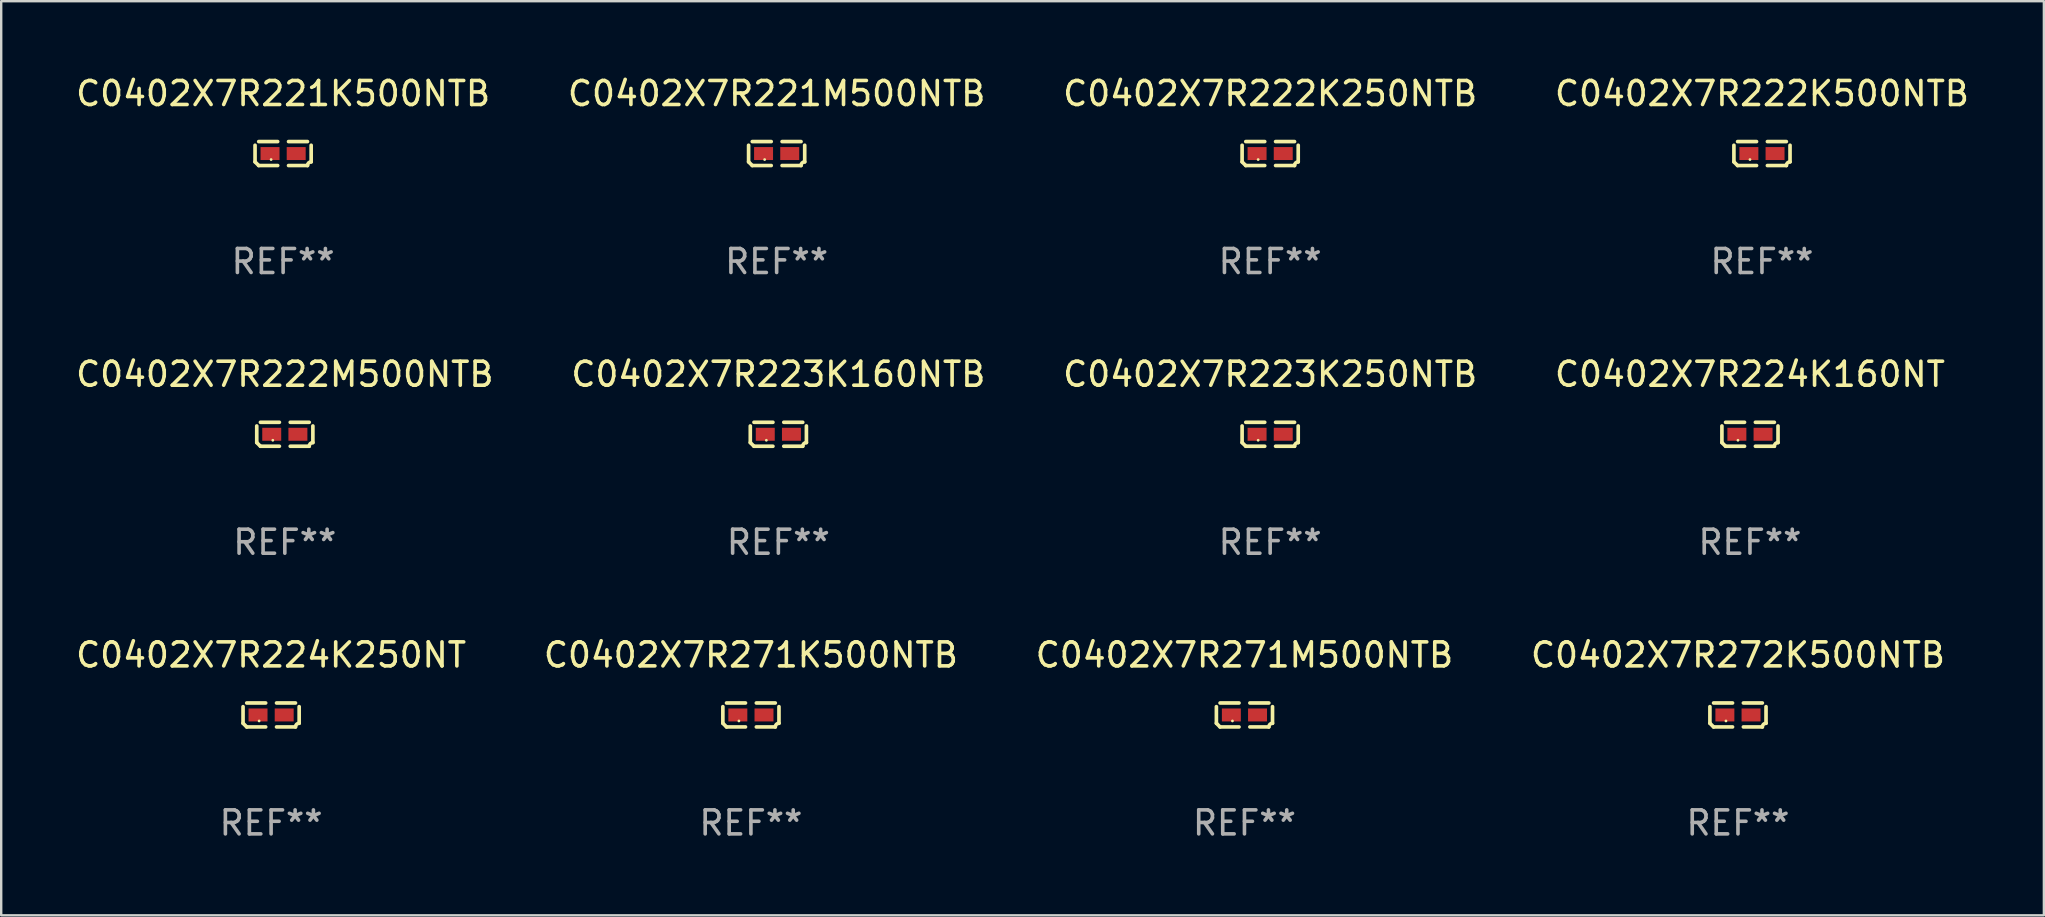
<source format=kicad_pcb>
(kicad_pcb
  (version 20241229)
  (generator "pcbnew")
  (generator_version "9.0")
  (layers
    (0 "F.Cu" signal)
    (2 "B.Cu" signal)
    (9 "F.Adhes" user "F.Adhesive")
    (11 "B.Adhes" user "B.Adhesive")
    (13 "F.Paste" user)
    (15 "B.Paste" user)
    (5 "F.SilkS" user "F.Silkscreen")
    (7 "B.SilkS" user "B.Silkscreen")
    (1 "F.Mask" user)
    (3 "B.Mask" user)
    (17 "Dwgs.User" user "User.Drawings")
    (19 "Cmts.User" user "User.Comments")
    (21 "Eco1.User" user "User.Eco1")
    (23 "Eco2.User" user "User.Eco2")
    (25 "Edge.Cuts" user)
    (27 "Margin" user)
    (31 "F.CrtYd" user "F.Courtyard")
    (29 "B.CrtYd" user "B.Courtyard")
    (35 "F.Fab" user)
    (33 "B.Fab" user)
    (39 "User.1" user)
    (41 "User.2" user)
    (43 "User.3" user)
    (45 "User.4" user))
  (footprint "C0402X7R224K160NT"
    (layer "F.Cu")
    (at 69.851 15.041)
    (property "Reference" "C0402X7R224K160NT" (at 0 -2.499 0) (layer "F.SilkS") (effects (font (size 1 1) (thickness 0.15))))
    (attr through_hole)
    (fp_line (start -1.169 0.346) (end -1.169 -0.346) (stroke (width 0.152) (type solid)) (layer "F.SilkS"))
    (fp_line (start -1.016 -0.499) (end -0.226 -0.499) (stroke (width 0.152) (type solid)) (layer "F.SilkS"))
    (fp_line (start -0.226 0.499) (end -1.016 0.499) (stroke (width 0.152) (type solid)) (layer "F.SilkS"))
    (fp_line (start 0.226 0.499) (end 1.016 0.499) (stroke (width 0.152) (type solid)) (layer "F.SilkS"))
    (fp_line (start 1.016 -0.499) (end 0.226 -0.499) (stroke (width 0.152) (type solid)) (layer "F.SilkS"))
    (fp_line (start 1.169 0.346) (end 1.169 -0.346) (stroke (width 0.152) (type solid)) (layer "F.SilkS"))
    (fp_arc (start -1.016307 0.498603) (mid -1.092512 0.422405) (end -1.16871 0.3462) (stroke (width 0.1524) (type solid)) (layer "F.SilkS"))
    (fp_arc (start 1.016307 0.498603) (mid 1.060899 0.390758) (end 1.168707 0.346076) (stroke (width 0.1524) (type solid)) (layer "F.SilkS"))
    (fp_circle (center -0.5 0.25) (end -0.47 0.25) (stroke (width 0.06) (type solid)) (fill no) (layer "F.SilkS"))
    (fp_text user "REF**" (at 0 4.499 0) (layer "F.Fab") (effects (font (size 1 1) (thickness 0.15))))
    (pad "1" smd rect (at -0.545 0) (size 0.79 0.54) (layers "F.Cu" "F.Mask" "F.Paste"))
    (pad "2" smd rect (at 0.545 0) (size 0.79 0.54) (layers "F.Cu" "F.Mask" "F.Paste")))
  (footprint "C0402X7R221K500NTB"
    (layer "F.Cu")
    (at 8.744 3.347)
    (property "Reference" "C0402X7R221K500NTB" (at 0 -2.499 0) (layer "F.SilkS") (effects (font (size 1 1) (thickness 0.15))))
    (attr through_hole)
    (fp_line (start -1.169 0.346) (end -1.169 -0.346) (stroke (width 0.152) (type solid)) (layer "F.SilkS"))
    (fp_line (start -1.016 -0.499) (end -0.226 -0.499) (stroke (width 0.152) (type solid)) (layer "F.SilkS"))
    (fp_line (start -0.226 0.499) (end -1.016 0.499) (stroke (width 0.152) (type solid)) (layer "F.SilkS"))
    (fp_line (start 0.226 0.499) (end 1.016 0.499) (stroke (width 0.152) (type solid)) (layer "F.SilkS"))
    (fp_line (start 1.016 -0.499) (end 0.226 -0.499) (stroke (width 0.152) (type solid)) (layer "F.SilkS"))
    (fp_line (start 1.169 0.346) (end 1.169 -0.346) (stroke (width 0.152) (type solid)) (layer "F.SilkS"))
    (fp_arc (start -1.016307 0.498603) (mid -1.092512 0.422405) (end -1.16871 0.3462) (stroke (width 0.1524) (type solid)) (layer "F.SilkS"))
    (fp_arc (start 1.016307 0.498603) (mid 1.060899 0.390758) (end 1.168707 0.346076) (stroke (width 0.1524) (type solid)) (layer "F.SilkS"))
    (fp_circle (center -0.5 0.25) (end -0.47 0.25) (stroke (width 0.06) (type solid)) (fill no) (layer "F.SilkS"))
    (fp_text user "REF**" (at 0 4.499 0) (layer "F.Fab") (effects (font (size 1 1) (thickness 0.15))))
    (pad "1" smd rect (at -0.545 0) (size 0.79 0.54) (layers "F.Cu" "F.Mask" "F.Paste"))
    (pad "2" smd rect (at 0.545 0) (size 0.79 0.54) (layers "F.Cu" "F.Mask" "F.Paste")))
  (footprint "C0402X7R272K500NTB"
    (layer "F.Cu")
    (at 69.351 26.734)
    (property "Reference" "C0402X7R272K500NTB" (at 0 -2.499 0) (layer "F.SilkS") (effects (font (size 1 1) (thickness 0.15))))
    (attr through_hole)
    (fp_line (start -1.169 0.346) (end -1.169 -0.346) (stroke (width 0.152) (type solid)) (layer "F.SilkS"))
    (fp_line (start -1.016 -0.499) (end -0.226 -0.499) (stroke (width 0.152) (type solid)) (layer "F.SilkS"))
    (fp_line (start -0.226 0.499) (end -1.016 0.499) (stroke (width 0.152) (type solid)) (layer "F.SilkS"))
    (fp_line (start 0.226 0.499) (end 1.016 0.499) (stroke (width 0.152) (type solid)) (layer "F.SilkS"))
    (fp_line (start 1.016 -0.499) (end 0.226 -0.499) (stroke (width 0.152) (type solid)) (layer "F.SilkS"))
    (fp_line (start 1.169 0.346) (end 1.169 -0.346) (stroke (width 0.152) (type solid)) (layer "F.SilkS"))
    (fp_arc (start -1.016307 0.498603) (mid -1.092512 0.422405) (end -1.16871 0.3462) (stroke (width 0.1524) (type solid)) (layer "F.SilkS"))
    (fp_arc (start 1.016307 0.498603) (mid 1.060899 0.390758) (end 1.168707 0.346076) (stroke (width 0.1524) (type solid)) (layer "F.SilkS"))
    (fp_circle (center -0.5 0.25) (end -0.47 0.25) (stroke (width 0.06) (type solid)) (fill no) (layer "F.SilkS"))
    (fp_text user "REF**" (at 0 4.499 0) (layer "F.Fab") (effects (font (size 1 1) (thickness 0.15))))
    (pad "1" smd rect (at -0.545 0) (size 0.79 0.54) (layers "F.Cu" "F.Mask" "F.Paste"))
    (pad "2" smd rect (at 0.545 0) (size 0.79 0.54) (layers "F.Cu" "F.Mask" "F.Paste")))
  (footprint "C0402X7R222M500NTB"
    (layer "F.Cu")
    (at 8.815 15.041)
    (property "Reference" "C0402X7R222M500NTB" (at 0 -2.499 0) (layer "F.SilkS") (effects (font (size 1 1) (thickness 0.15))))
    (attr through_hole)
    (fp_line (start -1.169 0.346) (end -1.169 -0.346) (stroke (width 0.152) (type solid)) (layer "F.SilkS"))
    (fp_line (start -1.016 -0.499) (end -0.226 -0.499) (stroke (width 0.152) (type solid)) (layer "F.SilkS"))
    (fp_line (start -0.226 0.499) (end -1.016 0.499) (stroke (width 0.152) (type solid)) (layer "F.SilkS"))
    (fp_line (start 0.226 0.499) (end 1.016 0.499) (stroke (width 0.152) (type solid)) (layer "F.SilkS"))
    (fp_line (start 1.016 -0.499) (end 0.226 -0.499) (stroke (width 0.152) (type solid)) (layer "F.SilkS"))
    (fp_line (start 1.169 0.346) (end 1.169 -0.346) (stroke (width 0.152) (type solid)) (layer "F.SilkS"))
    (fp_arc (start -1.016307 0.498603) (mid -1.092512 0.422405) (end -1.16871 0.3462) (stroke (width 0.1524) (type solid)) (layer "F.SilkS"))
    (fp_arc (start 1.016307 0.498603) (mid 1.060899 0.390758) (end 1.168707 0.346076) (stroke (width 0.1524) (type solid)) (layer "F.SilkS"))
    (fp_circle (center -0.5 0.25) (end -0.47 0.25) (stroke (width 0.06) (type solid)) (fill no) (layer "F.SilkS"))
    (fp_text user "REF**" (at 0 4.499 0) (layer "F.Fab") (effects (font (size 1 1) (thickness 0.15))))
    (pad "1" smd rect (at -0.545 0) (size 0.79 0.54) (layers "F.Cu" "F.Mask" "F.Paste"))
    (pad "2" smd rect (at 0.545 0) (size 0.79 0.54) (layers "F.Cu" "F.Mask" "F.Paste")))
  (footprint "C0402X7R271K500NTB"
    (layer "F.Cu")
    (at 28.232 26.734)
    (property "Reference" "C0402X7R271K500NTB" (at 0 -2.499 0) (layer "F.SilkS") (effects (font (size 1 1) (thickness 0.15))))
    (attr through_hole)
    (fp_line (start -1.169 0.346) (end -1.169 -0.346) (stroke (width 0.152) (type solid)) (layer "F.SilkS"))
    (fp_line (start -1.016 -0.499) (end -0.226 -0.499) (stroke (width 0.152) (type solid)) (layer "F.SilkS"))
    (fp_line (start -0.226 0.499) (end -1.016 0.499) (stroke (width 0.152) (type solid)) (layer "F.SilkS"))
    (fp_line (start 0.226 0.499) (end 1.016 0.499) (stroke (width 0.152) (type solid)) (layer "F.SilkS"))
    (fp_line (start 1.016 -0.499) (end 0.226 -0.499) (stroke (width 0.152) (type solid)) (layer "F.SilkS"))
    (fp_line (start 1.169 0.346) (end 1.169 -0.346) (stroke (width 0.152) (type solid)) (layer "F.SilkS"))
    (fp_arc (start -1.016307 0.498603) (mid -1.092512 0.422405) (end -1.16871 0.3462) (stroke (width 0.1524) (type solid)) (layer "F.SilkS"))
    (fp_arc (start 1.016307 0.498603) (mid 1.060899 0.390758) (end 1.168707 0.346076) (stroke (width 0.1524) (type solid)) (layer "F.SilkS"))
    (fp_circle (center -0.5 0.25) (end -0.47 0.25) (stroke (width 0.06) (type solid)) (fill no) (layer "F.SilkS"))
    (fp_text user "REF**" (at 0 4.499 0) (layer "F.Fab") (effects (font (size 1 1) (thickness 0.15))))
    (pad "1" smd rect (at -0.545 0) (size 0.79 0.54) (layers "F.Cu" "F.Mask" "F.Paste"))
    (pad "2" smd rect (at 0.545 0) (size 0.79 0.54) (layers "F.Cu" "F.Mask" "F.Paste")))
  (footprint "C0402X7R221M500NTB"
    (layer "F.Cu")
    (at 29.304 3.347)
    (property "Reference" "C0402X7R221M500NTB" (at 0 -2.499 0) (layer "F.SilkS") (effects (font (size 1 1) (thickness 0.15))))
    (attr through_hole)
    (fp_line (start -1.169 0.346) (end -1.169 -0.346) (stroke (width 0.152) (type solid)) (layer "F.SilkS"))
    (fp_line (start -1.016 -0.499) (end -0.226 -0.499) (stroke (width 0.152) (type solid)) (layer "F.SilkS"))
    (fp_line (start -0.226 0.499) (end -1.016 0.499) (stroke (width 0.152) (type solid)) (layer "F.SilkS"))
    (fp_line (start 0.226 0.499) (end 1.016 0.499) (stroke (width 0.152) (type solid)) (layer "F.SilkS"))
    (fp_line (start 1.016 -0.499) (end 0.226 -0.499) (stroke (width 0.152) (type solid)) (layer "F.SilkS"))
    (fp_line (start 1.169 0.346) (end 1.169 -0.346) (stroke (width 0.152) (type solid)) (layer "F.SilkS"))
    (fp_arc (start -1.016307 0.498603) (mid -1.092512 0.422405) (end -1.16871 0.3462) (stroke (width 0.1524) (type solid)) (layer "F.SilkS"))
    (fp_arc (start 1.016307 0.498603) (mid 1.060899 0.390758) (end 1.168707 0.346076) (stroke (width 0.1524) (type solid)) (layer "F.SilkS"))
    (fp_circle (center -0.5 0.25) (end -0.47 0.25) (stroke (width 0.06) (type solid)) (fill no) (layer "F.SilkS"))
    (fp_text user "REF**" (at 0 4.499 0) (layer "F.Fab") (effects (font (size 1 1) (thickness 0.15))))
    (pad "1" smd rect (at -0.545 0) (size 0.79 0.54) (layers "F.Cu" "F.Mask" "F.Paste"))
    (pad "2" smd rect (at 0.545 0) (size 0.79 0.54) (layers "F.Cu" "F.Mask" "F.Paste")))
  (footprint "C0402X7R223K160NTB"
    (layer "F.Cu")
    (at 29.375 15.041)
    (property "Reference" "C0402X7R223K160NTB" (at 0 -2.499 0) (layer "F.SilkS") (effects (font (size 1 1) (thickness 0.15))))
    (attr through_hole)
    (fp_line (start -1.169 0.346) (end -1.169 -0.346) (stroke (width 0.152) (type solid)) (layer "F.SilkS"))
    (fp_line (start -1.016 -0.499) (end -0.226 -0.499) (stroke (width 0.152) (type solid)) (layer "F.SilkS"))
    (fp_line (start -0.226 0.499) (end -1.016 0.499) (stroke (width 0.152) (type solid)) (layer "F.SilkS"))
    (fp_line (start 0.226 0.499) (end 1.016 0.499) (stroke (width 0.152) (type solid)) (layer "F.SilkS"))
    (fp_line (start 1.016 -0.499) (end 0.226 -0.499) (stroke (width 0.152) (type solid)) (layer "F.SilkS"))
    (fp_line (start 1.169 0.346) (end 1.169 -0.346) (stroke (width 0.152) (type solid)) (layer "F.SilkS"))
    (fp_arc (start -1.016307 0.498603) (mid -1.092512 0.422405) (end -1.16871 0.3462) (stroke (width 0.1524) (type solid)) (layer "F.SilkS"))
    (fp_arc (start 1.016307 0.498603) (mid 1.060899 0.390758) (end 1.168707 0.346076) (stroke (width 0.1524) (type solid)) (layer "F.SilkS"))
    (fp_circle (center -0.5 0.25) (end -0.47 0.25) (stroke (width 0.06) (type solid)) (fill no) (layer "F.SilkS"))
    (fp_text user "REF**" (at 0 4.499 0) (layer "F.Fab") (effects (font (size 1 1) (thickness 0.15))))
    (pad "1" smd rect (at -0.545 0) (size 0.79 0.54) (layers "F.Cu" "F.Mask" "F.Paste"))
    (pad "2" smd rect (at 0.545 0) (size 0.79 0.54) (layers "F.Cu" "F.Mask" "F.Paste")))
  (footprint "C0402X7R271M500NTB"
    (layer "F.Cu")
    (at 48.792 26.734)
    (property "Reference" "C0402X7R271M500NTB" (at 0 -2.499 0) (layer "F.SilkS") (effects (font (size 1 1) (thickness 0.15))))
    (attr through_hole)
    (fp_line (start -1.169 0.346) (end -1.169 -0.346) (stroke (width 0.152) (type solid)) (layer "F.SilkS"))
    (fp_line (start -1.016 -0.499) (end -0.226 -0.499) (stroke (width 0.152) (type solid)) (layer "F.SilkS"))
    (fp_line (start -0.226 0.499) (end -1.016 0.499) (stroke (width 0.152) (type solid)) (layer "F.SilkS"))
    (fp_line (start 0.226 0.499) (end 1.016 0.499) (stroke (width 0.152) (type solid)) (layer "F.SilkS"))
    (fp_line (start 1.016 -0.499) (end 0.226 -0.499) (stroke (width 0.152) (type solid)) (layer "F.SilkS"))
    (fp_line (start 1.169 0.346) (end 1.169 -0.346) (stroke (width 0.152) (type solid)) (layer "F.SilkS"))
    (fp_arc (start -1.016307 0.498603) (mid -1.092512 0.422405) (end -1.16871 0.3462) (stroke (width 0.1524) (type solid)) (layer "F.SilkS"))
    (fp_arc (start 1.016307 0.498603) (mid 1.060899 0.390758) (end 1.168707 0.346076) (stroke (width 0.1524) (type solid)) (layer "F.SilkS"))
    (fp_circle (center -0.5 0.25) (end -0.47 0.25) (stroke (width 0.06) (type solid)) (fill no) (layer "F.SilkS"))
    (fp_text user "REF**" (at 0 4.499 0) (layer "F.Fab") (effects (font (size 1 1) (thickness 0.15))))
    (pad "1" smd rect (at -0.545 0) (size 0.79 0.54) (layers "F.Cu" "F.Mask" "F.Paste"))
    (pad "2" smd rect (at 0.545 0) (size 0.79 0.54) (layers "F.Cu" "F.Mask" "F.Paste")))
  (footprint "C0402X7R224K250NT"
    (layer "F.Cu")
    (at 8.244 26.734)
    (property "Reference" "C0402X7R224K250NT" (at 0 -2.499 0) (layer "F.SilkS") (effects (font (size 1 1) (thickness 0.15))))
    (attr through_hole)
    (fp_line (start -1.169 0.346) (end -1.169 -0.346) (stroke (width 0.152) (type solid)) (layer "F.SilkS"))
    (fp_line (start -1.016 -0.499) (end -0.226 -0.499) (stroke (width 0.152) (type solid)) (layer "F.SilkS"))
    (fp_line (start -0.226 0.499) (end -1.016 0.499) (stroke (width 0.152) (type solid)) (layer "F.SilkS"))
    (fp_line (start 0.226 0.499) (end 1.016 0.499) (stroke (width 0.152) (type solid)) (layer "F.SilkS"))
    (fp_line (start 1.016 -0.499) (end 0.226 -0.499) (stroke (width 0.152) (type solid)) (layer "F.SilkS"))
    (fp_line (start 1.169 0.346) (end 1.169 -0.346) (stroke (width 0.152) (type solid)) (layer "F.SilkS"))
    (fp_arc (start -1.016307 0.498603) (mid -1.092512 0.422405) (end -1.16871 0.3462) (stroke (width 0.1524) (type solid)) (layer "F.SilkS"))
    (fp_arc (start 1.016307 0.498603) (mid 1.060899 0.390758) (end 1.168707 0.346076) (stroke (width 0.1524) (type solid)) (layer "F.SilkS"))
    (fp_circle (center -0.5 0.25) (end -0.47 0.25) (stroke (width 0.06) (type solid)) (fill no) (layer "F.SilkS"))
    (fp_text user "REF**" (at 0 4.499 0) (layer "F.Fab") (effects (font (size 1 1) (thickness 0.15))))
    (pad "1" smd rect (at -0.545 0) (size 0.79 0.54) (layers "F.Cu" "F.Mask" "F.Paste"))
    (pad "2" smd rect (at 0.545 0) (size 0.79 0.54) (layers "F.Cu" "F.Mask" "F.Paste")))
  (footprint "C0402X7R222K500NTB"
    (layer "F.Cu")
    (at 70.351 3.347)
    (property "Reference" "C0402X7R222K500NTB" (at 0 -2.499 0) (layer "F.SilkS") (effects (font (size 1 1) (thickness 0.15))))
    (attr through_hole)
    (fp_line (start -1.169 0.346) (end -1.169 -0.346) (stroke (width 0.152) (type solid)) (layer "F.SilkS"))
    (fp_line (start -1.016 -0.499) (end -0.226 -0.499) (stroke (width 0.152) (type solid)) (layer "F.SilkS"))
    (fp_line (start -0.226 0.499) (end -1.016 0.499) (stroke (width 0.152) (type solid)) (layer "F.SilkS"))
    (fp_line (start 0.226 0.499) (end 1.016 0.499) (stroke (width 0.152) (type solid)) (layer "F.SilkS"))
    (fp_line (start 1.016 -0.499) (end 0.226 -0.499) (stroke (width 0.152) (type solid)) (layer "F.SilkS"))
    (fp_line (start 1.169 0.346) (end 1.169 -0.346) (stroke (width 0.152) (type solid)) (layer "F.SilkS"))
    (fp_arc (start -1.016307 0.498603) (mid -1.092512 0.422405) (end -1.16871 0.3462) (stroke (width 0.1524) (type solid)) (layer "F.SilkS"))
    (fp_arc (start 1.016307 0.498603) (mid 1.060899 0.390758) (end 1.168707 0.346076) (stroke (width 0.1524) (type solid)) (layer "F.SilkS"))
    (fp_circle (center -0.5 0.25) (end -0.47 0.25) (stroke (width 0.06) (type solid)) (fill no) (layer "F.SilkS"))
    (fp_text user "REF**" (at 0 4.499 0) (layer "F.Fab") (effects (font (size 1 1) (thickness 0.15))))
    (pad "1" smd rect (at -0.545 0) (size 0.79 0.54) (layers "F.Cu" "F.Mask" "F.Paste"))
    (pad "2" smd rect (at 0.545 0) (size 0.79 0.54) (layers "F.Cu" "F.Mask" "F.Paste")))
  (footprint "C0402X7R222K250NTB"
    (layer "F.Cu")
    (at 49.863 3.347)
    (property "Reference" "C0402X7R222K250NTB" (at 0 -2.499 0) (layer "F.SilkS") (effects (font (size 1 1) (thickness 0.15))))
    (attr through_hole)
    (fp_line (start -1.169 0.346) (end -1.169 -0.346) (stroke (width 0.152) (type solid)) (layer "F.SilkS"))
    (fp_line (start -1.016 -0.499) (end -0.226 -0.499) (stroke (width 0.152) (type solid)) (layer "F.SilkS"))
    (fp_line (start -0.226 0.499) (end -1.016 0.499) (stroke (width 0.152) (type solid)) (layer "F.SilkS"))
    (fp_line (start 0.226 0.499) (end 1.016 0.499) (stroke (width 0.152) (type solid)) (layer "F.SilkS"))
    (fp_line (start 1.016 -0.499) (end 0.226 -0.499) (stroke (width 0.152) (type solid)) (layer "F.SilkS"))
    (fp_line (start 1.169 0.346) (end 1.169 -0.346) (stroke (width 0.152) (type solid)) (layer "F.SilkS"))
    (fp_arc (start -1.016307 0.498603) (mid -1.092512 0.422405) (end -1.16871 0.3462) (stroke (width 0.1524) (type solid)) (layer "F.SilkS"))
    (fp_arc (start 1.016307 0.498603) (mid 1.060899 0.390758) (end 1.168707 0.346076) (stroke (width 0.1524) (type solid)) (layer "F.SilkS"))
    (fp_circle (center -0.5 0.25) (end -0.47 0.25) (stroke (width 0.06) (type solid)) (fill no) (layer "F.SilkS"))
    (fp_text user "REF**" (at 0 4.499 0) (layer "F.Fab") (effects (font (size 1 1) (thickness 0.15))))
    (pad "1" smd rect (at -0.545 0) (size 0.79 0.54) (layers "F.Cu" "F.Mask" "F.Paste"))
    (pad "2" smd rect (at 0.545 0) (size 0.79 0.54) (layers "F.Cu" "F.Mask" "F.Paste")))
  (footprint "C0402X7R223K250NTB"
    (layer "F.Cu")
    (at 49.863 15.041)
    (property "Reference" "C0402X7R223K250NTB" (at 0 -2.499 0) (layer "F.SilkS") (effects (font (size 1 1) (thickness 0.15))))
    (attr through_hole)
    (fp_line (start -1.169 0.346) (end -1.169 -0.346) (stroke (width 0.152) (type solid)) (layer "F.SilkS"))
    (fp_line (start -1.016 -0.499) (end -0.226 -0.499) (stroke (width 0.152) (type solid)) (layer "F.SilkS"))
    (fp_line (start -0.226 0.499) (end -1.016 0.499) (stroke (width 0.152) (type solid)) (layer "F.SilkS"))
    (fp_line (start 0.226 0.499) (end 1.016 0.499) (stroke (width 0.152) (type solid)) (layer "F.SilkS"))
    (fp_line (start 1.016 -0.499) (end 0.226 -0.499) (stroke (width 0.152) (type solid)) (layer "F.SilkS"))
    (fp_line (start 1.169 0.346) (end 1.169 -0.346) (stroke (width 0.152) (type solid)) (layer "F.SilkS"))
    (fp_arc (start -1.016307 0.498603) (mid -1.092512 0.422405) (end -1.16871 0.3462) (stroke (width 0.1524) (type solid)) (layer "F.SilkS"))
    (fp_arc (start 1.016307 0.498603) (mid 1.060899 0.390758) (end 1.168707 0.346076) (stroke (width 0.1524) (type solid)) (layer "F.SilkS"))
    (fp_circle (center -0.5 0.25) (end -0.47 0.25) (stroke (width 0.06) (type solid)) (fill no) (layer "F.SilkS"))
    (fp_text user "REF**" (at 0 4.499 0) (layer "F.Fab") (effects (font (size 1 1) (thickness 0.15))))
    (pad "1" smd rect (at -0.545 0) (size 0.79 0.54) (layers "F.Cu" "F.Mask" "F.Paste"))
    (pad "2" smd rect (at 0.545 0) (size 0.79 0.54) (layers "F.Cu" "F.Mask" "F.Paste")))
  (gr_rect
    (start -3 -3)
    (end 82.095 35.081)
    (stroke (width 0.1) (type default))
    (fill no)
    (layer "Edge.Cuts")))
</source>
